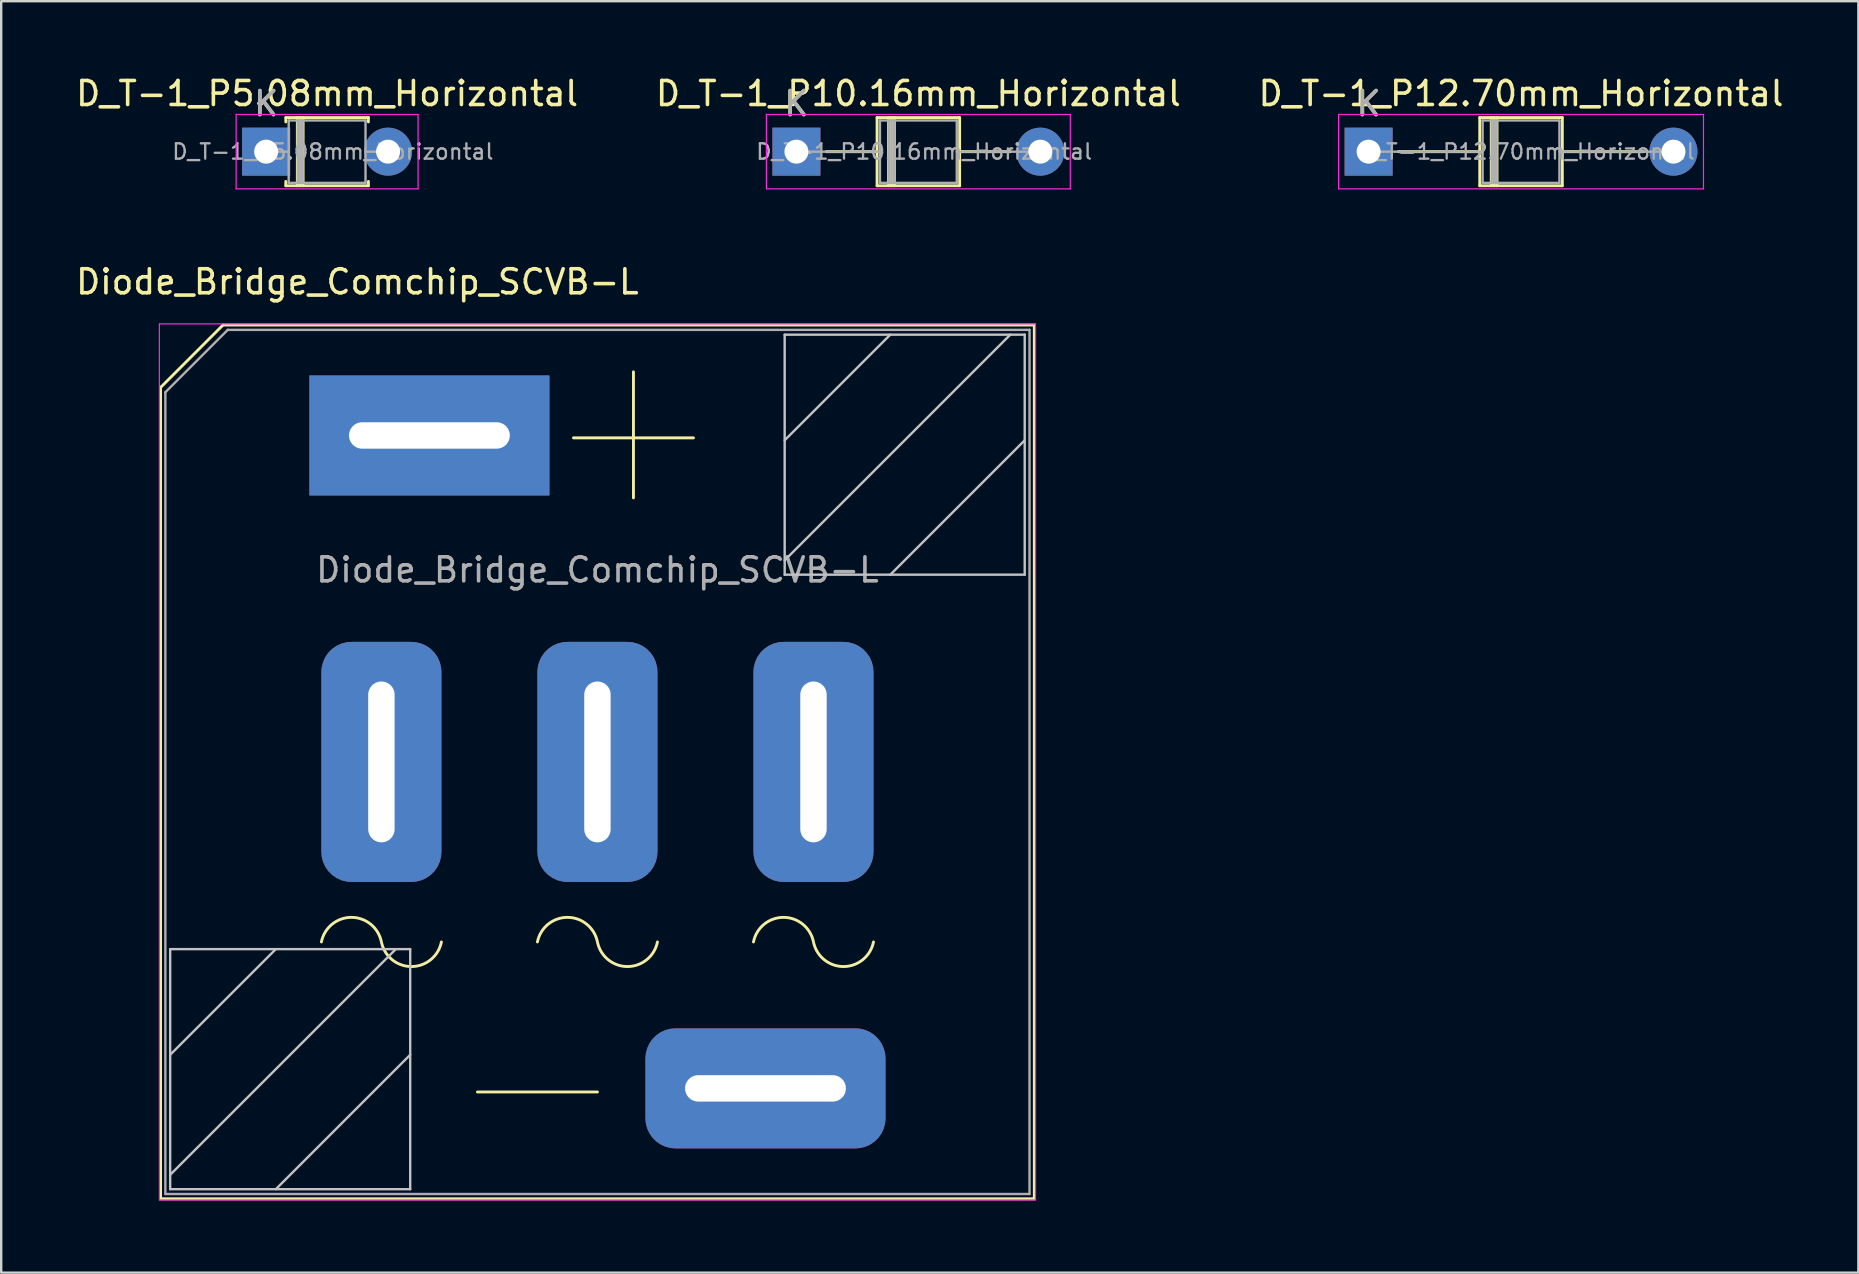
<source format=kicad_pcb>
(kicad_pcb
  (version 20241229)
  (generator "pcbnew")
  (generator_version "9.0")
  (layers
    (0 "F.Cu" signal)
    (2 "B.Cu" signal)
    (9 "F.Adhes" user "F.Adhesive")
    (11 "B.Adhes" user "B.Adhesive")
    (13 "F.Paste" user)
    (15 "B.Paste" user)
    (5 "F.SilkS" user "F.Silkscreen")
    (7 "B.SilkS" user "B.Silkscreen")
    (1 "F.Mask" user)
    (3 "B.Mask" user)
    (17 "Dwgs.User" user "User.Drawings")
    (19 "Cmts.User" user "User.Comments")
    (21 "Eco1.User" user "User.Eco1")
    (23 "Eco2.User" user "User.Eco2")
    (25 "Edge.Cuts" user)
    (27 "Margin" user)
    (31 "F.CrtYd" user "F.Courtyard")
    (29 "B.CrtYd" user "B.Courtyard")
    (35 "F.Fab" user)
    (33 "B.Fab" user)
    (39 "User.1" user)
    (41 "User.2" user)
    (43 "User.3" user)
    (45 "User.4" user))
  (footprint "D_T-1_P10.16mm_Horizontal"
    (layer "F.Cu")
    (at 30.128 3.268)
    (property "Reference" "D_T-1_P10.16mm_Horizontal" (at 5.08 -2.42 0) (layer "F.SilkS") (effects (font (size 1 1) (thickness 0.15))))
    (attr through_hole)
    (fp_line (start 1.24 0) (end 3.36 0) (stroke (width 0.12) (type solid)) (layer "F.SilkS"))
    (fp_line (start 3.36 -1.42) (end 3.36 1.42) (stroke (width 0.12) (type solid)) (layer "F.SilkS"))
    (fp_line (start 3.36 1.42) (end 6.8 1.42) (stroke (width 0.12) (type solid)) (layer "F.SilkS"))
    (fp_line (start 3.84 -1.42) (end 3.84 1.42) (stroke (width 0.12) (type solid)) (layer "F.SilkS"))
    (fp_line (start 3.96 -1.42) (end 3.96 1.42) (stroke (width 0.12) (type solid)) (layer "F.SilkS"))
    (fp_line (start 4.08 -1.42) (end 4.08 1.42) (stroke (width 0.12) (type solid)) (layer "F.SilkS"))
    (fp_line (start 6.8 -1.42) (end 3.36 -1.42) (stroke (width 0.12) (type solid)) (layer "F.SilkS"))
    (fp_line (start 6.8 1.42) (end 6.8 -1.42) (stroke (width 0.12) (type solid)) (layer "F.SilkS"))
    (fp_line (start 8.92 0) (end 6.8 0) (stroke (width 0.12) (type solid)) (layer "F.SilkS"))
    (fp_line (start -1.25 -1.55) (end -1.25 1.55) (stroke (width 0.05) (type solid)) (layer "F.CrtYd"))
    (fp_line (start -1.25 1.55) (end 11.41 1.55) (stroke (width 0.05) (type solid)) (layer "F.CrtYd"))
    (fp_line (start 11.41 -1.55) (end -1.25 -1.55) (stroke (width 0.05) (type solid)) (layer "F.CrtYd"))
    (fp_line (start 11.41 1.55) (end 11.41 -1.55) (stroke (width 0.05) (type solid)) (layer "F.CrtYd"))
    (fp_line (start 0 0) (end 3.48 0) (stroke (width 0.1) (type solid)) (layer "F.Fab"))
    (fp_line (start 3.48 -1.3) (end 3.48 1.3) (stroke (width 0.1) (type solid)) (layer "F.Fab"))
    (fp_line (start 3.48 1.3) (end 6.68 1.3) (stroke (width 0.1) (type solid)) (layer "F.Fab"))
    (fp_line (start 3.86 -1.3) (end 3.86 1.3) (stroke (width 0.1) (type solid)) (layer "F.Fab"))
    (fp_line (start 3.96 -1.3) (end 3.96 1.3) (stroke (width 0.1) (type solid)) (layer "F.Fab"))
    (fp_line (start 4.06 -1.3) (end 4.06 1.3) (stroke (width 0.1) (type solid)) (layer "F.Fab"))
    (fp_line (start 6.68 -1.3) (end 3.48 -1.3) (stroke (width 0.1) (type solid)) (layer "F.Fab"))
    (fp_line (start 6.68 1.3) (end 6.68 -1.3) (stroke (width 0.1) (type solid)) (layer "F.Fab"))
    (fp_line (start 10.16 0) (end 6.68 0) (stroke (width 0.1) (type solid)) (layer "F.Fab"))
    (fp_text user "K" (at 0 -2 0) (layer "F.SilkS") (effects (font (size 1 1) (thickness 0.15))))
    (fp_text user "K" (at 0 -2 0) (layer "F.Fab") (effects (font (size 1 1) (thickness 0.15))))
    (fp_text user "${REFERENCE}" (at 5.32 0 0) (layer "F.Fab") (effects (font (size 0.64 0.64) (thickness 0.096))))
    (pad "1" thru_hole rect (at 0 0) (size 2 2) (drill 1) (layers "*.Cu" "*.Mask"))
    (pad "2" thru_hole oval (at 10.16 0) (size 2 2) (drill 1) (layers "*.Cu" "*.Mask")))
  (footprint "D_T-1_P5.08mm_Horizontal"
    (layer "F.Cu")
    (at 8.037 3.268)
    (property "Reference" "D_T-1_P5.08mm_Horizontal" (at 2.54 -2.42 0) (layer "F.SilkS") (effects (font (size 1 1) (thickness 0.15))))
    (attr through_hole)
    (fp_line (start 0.82 -1.42) (end 4.26 -1.42) (stroke (width 0.12) (type solid)) (layer "F.SilkS"))
    (fp_line (start 0.82 -1.24) (end 0.82 -1.42) (stroke (width 0.12) (type solid)) (layer "F.SilkS"))
    (fp_line (start 0.82 1.24) (end 0.82 1.42) (stroke (width 0.12) (type solid)) (layer "F.SilkS"))
    (fp_line (start 0.82 1.42) (end 4.26 1.42) (stroke (width 0.12) (type solid)) (layer "F.SilkS"))
    (fp_line (start 1.3 -1.42) (end 1.3 1.42) (stroke (width 0.12) (type solid)) (layer "F.SilkS"))
    (fp_line (start 1.42 -1.42) (end 1.42 1.42) (stroke (width 0.12) (type solid)) (layer "F.SilkS"))
    (fp_line (start 1.54 -1.42) (end 1.54 1.42) (stroke (width 0.12) (type solid)) (layer "F.SilkS"))
    (fp_line (start 4.26 -1.42) (end 4.26 -1.24) (stroke (width 0.12) (type solid)) (layer "F.SilkS"))
    (fp_line (start 4.26 1.42) (end 4.26 1.24) (stroke (width 0.12) (type solid)) (layer "F.SilkS"))
    (fp_line (start -1.25 -1.55) (end -1.25 1.55) (stroke (width 0.05) (type solid)) (layer "F.CrtYd"))
    (fp_line (start -1.25 1.55) (end 6.33 1.55) (stroke (width 0.05) (type solid)) (layer "F.CrtYd"))
    (fp_line (start 6.33 -1.55) (end -1.25 -1.55) (stroke (width 0.05) (type solid)) (layer "F.CrtYd"))
    (fp_line (start 6.33 1.55) (end 6.33 -1.55) (stroke (width 0.05) (type solid)) (layer "F.CrtYd"))
    (fp_line (start 0 0) (end 0.94 0) (stroke (width 0.1) (type solid)) (layer "F.Fab"))
    (fp_line (start 0.94 -1.3) (end 0.94 1.3) (stroke (width 0.1) (type solid)) (layer "F.Fab"))
    (fp_line (start 0.94 1.3) (end 4.14 1.3) (stroke (width 0.1) (type solid)) (layer "F.Fab"))
    (fp_line (start 1.32 -1.3) (end 1.32 1.3) (stroke (width 0.1) (type solid)) (layer "F.Fab"))
    (fp_line (start 1.42 -1.3) (end 1.42 1.3) (stroke (width 0.1) (type solid)) (layer "F.Fab"))
    (fp_line (start 1.52 -1.3) (end 1.52 1.3) (stroke (width 0.1) (type solid)) (layer "F.Fab"))
    (fp_line (start 4.14 -1.3) (end 0.94 -1.3) (stroke (width 0.1) (type solid)) (layer "F.Fab"))
    (fp_line (start 4.14 1.3) (end 4.14 -1.3) (stroke (width 0.1) (type solid)) (layer "F.Fab"))
    (fp_line (start 5.08 0) (end 4.14 0) (stroke (width 0.1) (type solid)) (layer "F.Fab"))
    (fp_text user "K" (at 0 -2 0) (layer "F.SilkS") (effects (font (size 1 1) (thickness 0.15))))
    (fp_text user "${REFERENCE}" (at 2.78 0 0) (layer "F.Fab") (effects (font (size 0.64 0.64) (thickness 0.096))))
    (fp_text user "K" (at 0 -2 0) (layer "F.Fab") (effects (font (size 1 1) (thickness 0.15))))
    (pad "1" thru_hole rect (at 0 0) (size 2 2) (drill 1) (layers "*.Cu" "*.Mask"))
    (pad "2" thru_hole oval (at 5.08 0) (size 2 2) (drill 1) (layers "*.Cu" "*.Mask")))
  (footprint "Diode_Bridge_Comchip_SCVB-L"
    (layer "F.Cu")
    (at 14.839 15.091)
    (property "Reference" "Diode_Bridge_Comchip_SCVB-L" (at -3 -6.4 0) (layer "F.SilkS") (effects (font (size 1 1) (thickness 0.15))))
    (attr through_hole)
    (fp_line (start -11.2 -2) (end -11.2 31.8) (stroke (width 0.12) (type solid)) (layer "F.SilkS"))
    (fp_line (start -11.2 31.8) (end 25.2 31.8) (stroke (width 0.12) (type solid)) (layer "F.SilkS"))
    (fp_line (start -8.6 -4.6) (end -11.2 -2) (stroke (width 0.12) (type solid)) (layer "F.SilkS"))
    (fp_line (start 7 27.35) (end 2 27.35) (stroke (width 0.12) (type solid)) (layer "F.SilkS"))
    (fp_line (start 8.5 2.6) (end 8.5 -2.65) (stroke (width 0.12) (type solid)) (layer "F.SilkS"))
    (fp_line (start 11 0.1) (end 6 0.1) (stroke (width 0.12) (type solid)) (layer "F.SilkS"))
    (fp_line (start 25.2 -4.6) (end -8.6 -4.6) (stroke (width 0.12) (type solid)) (layer "F.SilkS"))
    (fp_line (start 25.2 -4.6) (end 25.2 31.8) (stroke (width 0.12) (type solid)) (layer "F.SilkS"))
    (fp_arc (start -4.499999 21.100001) (mid -3.250001 20.075246) (end -2.000001 21.099999) (stroke (width 0.12) (type solid)) (layer "F.SilkS"))
    (fp_arc (start 0.499999 21.099999) (mid -0.719674 22.124393) (end -1.986693 21.159174) (stroke (width 0.12) (type solid)) (layer "F.SilkS"))
    (fp_arc (start 4.500002 21.100002) (mid 5.75 20.075247) (end 7 21.1) (stroke (width 0.12) (type solid)) (layer "F.SilkS"))
    (fp_arc (start 9.5 21.1) (mid 8.280327 22.124394) (end 7.013308 21.159175) (stroke (width 0.12) (type solid)) (layer "F.SilkS"))
    (fp_arc (start 13.500002 21.100002) (mid 14.75 20.075247) (end 16 21.1) (stroke (width 0.12) (type solid)) (layer "F.SilkS"))
    (fp_arc (start 18.5 21.1) (mid 17.280327 22.124394) (end 16.013308 21.159175) (stroke (width 0.12) (type solid)) (layer "F.SilkS"))
    (fp_line (start -10.8 21.4) (end -0.8 21.4) (stroke (width 0.1) (type solid)) (layer "Dwgs.User"))
    (fp_line (start -10.8 25.8) (end -6.4 21.4) (stroke (width 0.1) (type solid)) (layer "Dwgs.User"))
    (fp_line (start -10.8 30.8) (end -1.4 21.4) (stroke (width 0.1) (type solid)) (layer "Dwgs.User"))
    (fp_line (start -10.8 31.4) (end -10.8 21.4) (stroke (width 0.1) (type solid)) (layer "Dwgs.User"))
    (fp_line (start -6.4 31.4) (end -0.8 25.8) (stroke (width 0.1) (type solid)) (layer "Dwgs.User"))
    (fp_line (start -0.8 21.4) (end -0.8 31.4) (stroke (width 0.1) (type solid)) (layer "Dwgs.User"))
    (fp_line (start -0.8 31.4) (end -10.8 31.4) (stroke (width 0.1) (type solid)) (layer "Dwgs.User"))
    (fp_line (start 14.8 -4.2) (end 24.8 -4.2) (stroke (width 0.1) (type solid)) (layer "Dwgs.User"))
    (fp_line (start 14.8 0.2) (end 19.2 -4.2) (stroke (width 0.1) (type solid)) (layer "Dwgs.User"))
    (fp_line (start 14.8 5.2) (end 24.2 -4.2) (stroke (width 0.1) (type solid)) (layer "Dwgs.User"))
    (fp_line (start 14.8 5.8) (end 14.8 -4.2) (stroke (width 0.1) (type solid)) (layer "Dwgs.User"))
    (fp_line (start 19.2 5.8) (end 24.8 0.2) (stroke (width 0.1) (type solid)) (layer "Dwgs.User"))
    (fp_line (start 24.8 -4.2) (end 24.8 5.8) (stroke (width 0.1) (type solid)) (layer "Dwgs.User"))
    (fp_line (start 24.8 5.8) (end 14.8 5.8) (stroke (width 0.1) (type solid)) (layer "Dwgs.User"))
    (fp_line (start -11.25 -4.65) (end 25.25 -4.65) (stroke (width 0.05) (type solid)) (layer "F.CrtYd"))
    (fp_line (start -11.25 31.85) (end -11.25 -4.65) (stroke (width 0.05) (type solid)) (layer "F.CrtYd"))
    (fp_line (start 25.25 -4.65) (end 25.25 31.85) (stroke (width 0.05) (type solid)) (layer "F.CrtYd"))
    (fp_line (start 25.25 31.85) (end -11.25 31.85) (stroke (width 0.05) (type solid)) (layer "F.CrtYd"))
    (fp_line (start -11 31.6) (end -11 -1.8) (stroke (width 0.1) (type solid)) (layer "F.Fab"))
    (fp_line (start -8.4 -4.4) (end -11 -1.8) (stroke (width 0.1) (type solid)) (layer "F.Fab"))
    (fp_line (start -8.4 -4.4) (end 25 -4.4) (stroke (width 0.1) (type solid)) (layer "F.Fab"))
    (fp_line (start 25 -4.4) (end 25 31.6) (stroke (width 0.1) (type solid)) (layer "F.Fab"))
    (fp_line (start 25 31.6) (end -11 31.6) (stroke (width 0.1) (type solid)) (layer "F.Fab"))
    (fp_text user "${REFERENCE}" (at 7 5.6 0) (layer "F.Fab") (effects (font (size 1 1) (thickness 0.15))))
    (pad "1" thru_hole rect (at 0 0) (size 10 5) (drill oval 6.7 1.1) (layers "*.Cu" "*.Mask"))
    (pad "2" thru_hole roundrect (at -2 13.6 90) (size 10 5) (drill oval 6.7 1.1) (layers "*.Cu" "*.Mask") (roundrect_rratio 0.25))
    (pad "3" thru_hole roundrect (at 7 13.6 90) (size 10 5) (drill oval 6.7 1.1) (layers "*.Cu" "*.Mask") (roundrect_rratio 0.25))
    (pad "4" thru_hole roundrect (at 16 13.6 90) (size 10 5) (drill oval 6.7 1.1) (layers "*.Cu" "*.Mask") (roundrect_rratio 0.25))
    (pad "5" thru_hole roundrect (at 14 27.2) (size 10 5) (drill oval 6.7 1.1) (layers "*.Cu" "*.Mask") (roundrect_rratio 0.25)))
  (footprint "D_T-1_P12.70mm_Horizontal"
    (layer "F.Cu")
    (at 53.965 3.268)
    (property "Reference" "D_T-1_P12.70mm_Horizontal" (at 6.35 -2.42 0) (layer "F.SilkS") (effects (font (size 1 1) (thickness 0.15))))
    (attr through_hole)
    (fp_line (start 1.24 0) (end 4.63 0) (stroke (width 0.12) (type solid)) (layer "F.SilkS"))
    (fp_line (start 4.63 -1.42) (end 4.63 1.42) (stroke (width 0.12) (type solid)) (layer "F.SilkS"))
    (fp_line (start 4.63 1.42) (end 8.07 1.42) (stroke (width 0.12) (type solid)) (layer "F.SilkS"))
    (fp_line (start 5.11 -1.42) (end 5.11 1.42) (stroke (width 0.12) (type solid)) (layer "F.SilkS"))
    (fp_line (start 5.23 -1.42) (end 5.23 1.42) (stroke (width 0.12) (type solid)) (layer "F.SilkS"))
    (fp_line (start 5.35 -1.42) (end 5.35 1.42) (stroke (width 0.12) (type solid)) (layer "F.SilkS"))
    (fp_line (start 8.07 -1.42) (end 4.63 -1.42) (stroke (width 0.12) (type solid)) (layer "F.SilkS"))
    (fp_line (start 8.07 1.42) (end 8.07 -1.42) (stroke (width 0.12) (type solid)) (layer "F.SilkS"))
    (fp_line (start 11.46 0) (end 8.07 0) (stroke (width 0.12) (type solid)) (layer "F.SilkS"))
    (fp_line (start -1.25 -1.55) (end -1.25 1.55) (stroke (width 0.05) (type solid)) (layer "F.CrtYd"))
    (fp_line (start -1.25 1.55) (end 13.95 1.55) (stroke (width 0.05) (type solid)) (layer "F.CrtYd"))
    (fp_line (start 13.95 -1.55) (end -1.25 -1.55) (stroke (width 0.05) (type solid)) (layer "F.CrtYd"))
    (fp_line (start 13.95 1.55) (end 13.95 -1.55) (stroke (width 0.05) (type solid)) (layer "F.CrtYd"))
    (fp_line (start 0 0) (end 4.75 0) (stroke (width 0.1) (type solid)) (layer "F.Fab"))
    (fp_line (start 4.75 -1.3) (end 4.75 1.3) (stroke (width 0.1) (type solid)) (layer "F.Fab"))
    (fp_line (start 4.75 1.3) (end 7.95 1.3) (stroke (width 0.1) (type solid)) (layer "F.Fab"))
    (fp_line (start 5.13 -1.3) (end 5.13 1.3) (stroke (width 0.1) (type solid)) (layer "F.Fab"))
    (fp_line (start 5.23 -1.3) (end 5.23 1.3) (stroke (width 0.1) (type solid)) (layer "F.Fab"))
    (fp_line (start 5.33 -1.3) (end 5.33 1.3) (stroke (width 0.1) (type solid)) (layer "F.Fab"))
    (fp_line (start 7.95 -1.3) (end 4.75 -1.3) (stroke (width 0.1) (type solid)) (layer "F.Fab"))
    (fp_line (start 7.95 1.3) (end 7.95 -1.3) (stroke (width 0.1) (type solid)) (layer "F.Fab"))
    (fp_line (start 12.7 0) (end 7.95 0) (stroke (width 0.1) (type solid)) (layer "F.Fab"))
    (fp_text user "K" (at 0 -2 0) (layer "F.SilkS") (effects (font (size 1 1) (thickness 0.15))))
    (fp_text user "${REFERENCE}" (at 6.59 0 0) (layer "F.Fab") (effects (font (size 0.64 0.64) (thickness 0.096))))
    (fp_text user "K" (at 0 -2 0) (layer "F.Fab") (effects (font (size 1 1) (thickness 0.15))))
    (pad "1" thru_hole rect (at 0 0) (size 2 2) (drill 1) (layers "*.Cu" "*.Mask"))
    (pad "2" thru_hole oval (at 12.7 0) (size 2 2) (drill 1) (layers "*.Cu" "*.Mask")))
  (gr_rect
    (start -3 -3)
    (end 74.369 49.967)
    (stroke (width 0.1) (type default))
    (fill no)
    (layer "Edge.Cuts")))
</source>
